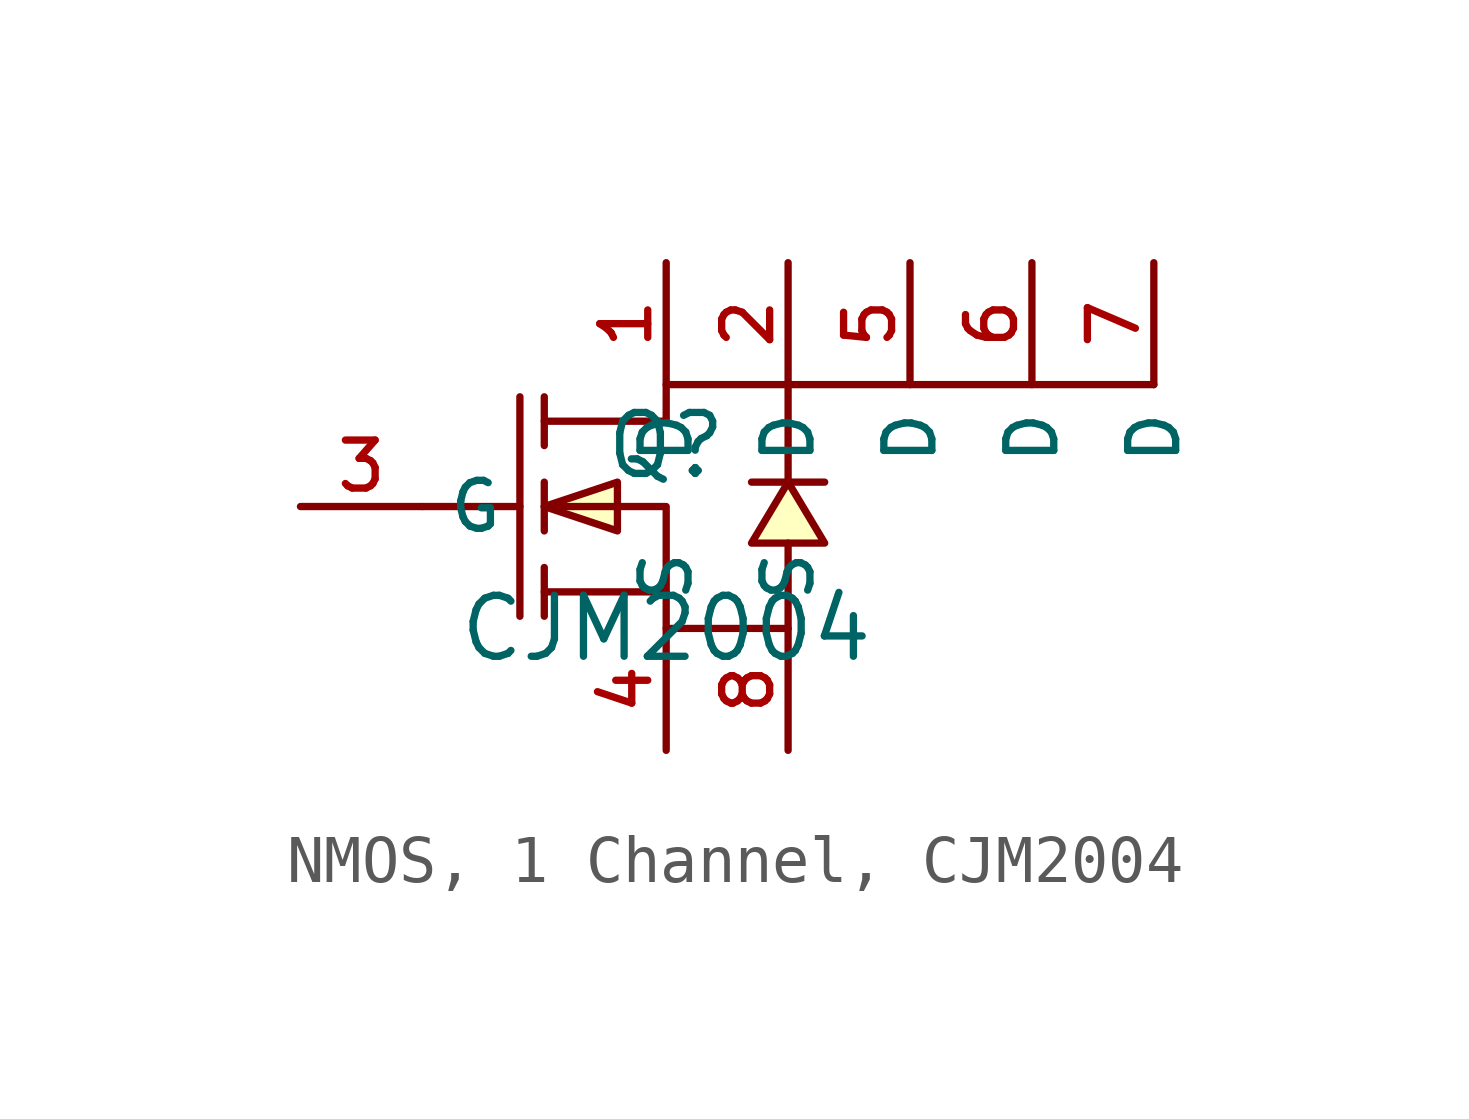
<source format=kicad_sym>
(kicad_symbol_lib
  (version 20231120)
  (generator "CDFER_Archive_Tool")
  (generator_version "0.0")
  (symbol "NMOS, 1 Channel, CJM2004"
    (property "Reference" "Q"
      (at 0 1.27 0)
      (effects (font (size 1.27 1.27))))
    (property "Value" "CJM2004"
      (at 0 -2.54 0)
      (effects (font (size 1.27 1.27))))
    (symbol "NMOS, 1 Channel, CJM2004_0_1"
      (polyline (pts (xy -5.08 0) (xy -3.048 0)) (stroke (width 0) (type default)) (fill (type none)))
      (polyline (pts (xy -3.048 2.286) (xy -3.048 -2.286)) (stroke (width 0) (type default)) (fill (type none)))
      (polyline (pts (xy -2.54 -2.286) (xy -2.54 -1.27)) (stroke (width 0) (type default)) (fill (type none)))
      (polyline (pts (xy -2.54 -0.508) (xy -2.54 0.508)) (stroke (width 0) (type default)) (fill (type none)))
      (polyline (pts (xy -2.54 2.286) (xy -2.54 1.27)) (stroke (width 0) (type default)) (fill (type none)))
      (polyline (pts (xy 0 -1.778) (xy -2.54 -1.778)) (stroke (width 0) (type default)) (fill (type none)))
      (polyline (pts (xy -2.54 0) (xy -1.016 -0.508) (xy -1.016 0.508) (xy -2.54 0)) (stroke (width 0) (type default)) (fill (type background)))
      (polyline (pts (xy 2.54 0.508) (xy 1.778 -0.762) (xy 3.302 -0.762) (xy 2.54 0.508)) (stroke (width 0) (type default)) (fill (type background)))
      (polyline (pts (xy 3.302 0.508) (xy 3.048 0.508) (xy 2.032 0.508) (xy 1.778 0.508)) (stroke (width 0) (type default)) (fill (type none)))
      (polyline (pts (xy -2.54 0) (xy 0 0) (xy 0 -2.54) (xy 2.54 -2.54) (xy 2.54 -2.54) (xy 2.54 -0.762)) (stroke (width 0) (type default)) (fill (type none)))
      (polyline (pts (xy -2.54 1.778) (xy 0 1.778) (xy 0 2.54) (xy 2.54 2.54) (xy 10.16 2.54) (xy 2.54 2.54) (xy 2.54 0.508)) (stroke (width 0) (type default)) (fill (type none)))
      (pin unspecified line (at 0 5.08 270) (length 2.54) (name "D" (effects (font (size 1 1)))) (number "1" (effects (font (size 1 1)))))
      (pin unspecified line (at 2.54 5.08 270) (length 2.54) (name "D" (effects (font (size 1 1)))) (number "2" (effects (font (size 1 1)))))
      (pin unspecified line (at -7.62 0 0) (length 2.54) (name "G" (effects (font (size 1 1)))) (number "3" (effects (font (size 1 1)))))
      (pin unspecified line (at 0 -5.08 90) (length 2.54) (name "S" (effects (font (size 1 1)))) (number "4" (effects (font (size 1 1)))))
      (pin unspecified line (at 5.08 5.08 270) (length 2.54) (name "D" (effects (font (size 1 1)))) (number "5" (effects (font (size 1 1)))))
      (pin unspecified line (at 7.62 5.08 270) (length 2.54) (name "D" (effects (font (size 1 1)))) (number "6" (effects (font (size 1 1)))))
      (pin unspecified line (at 10.16 5.08 270) (length 2.54) (name "D" (effects (font (size 1 1)))) (number "7" (effects (font (size 1 1)))))
      (pin unspecified line (at 2.54 -5.08 90) (length 2.54) (name "S" (effects (font (size 1 1)))) (number "8" (effects (font (size 1 1))))))))
</source>
